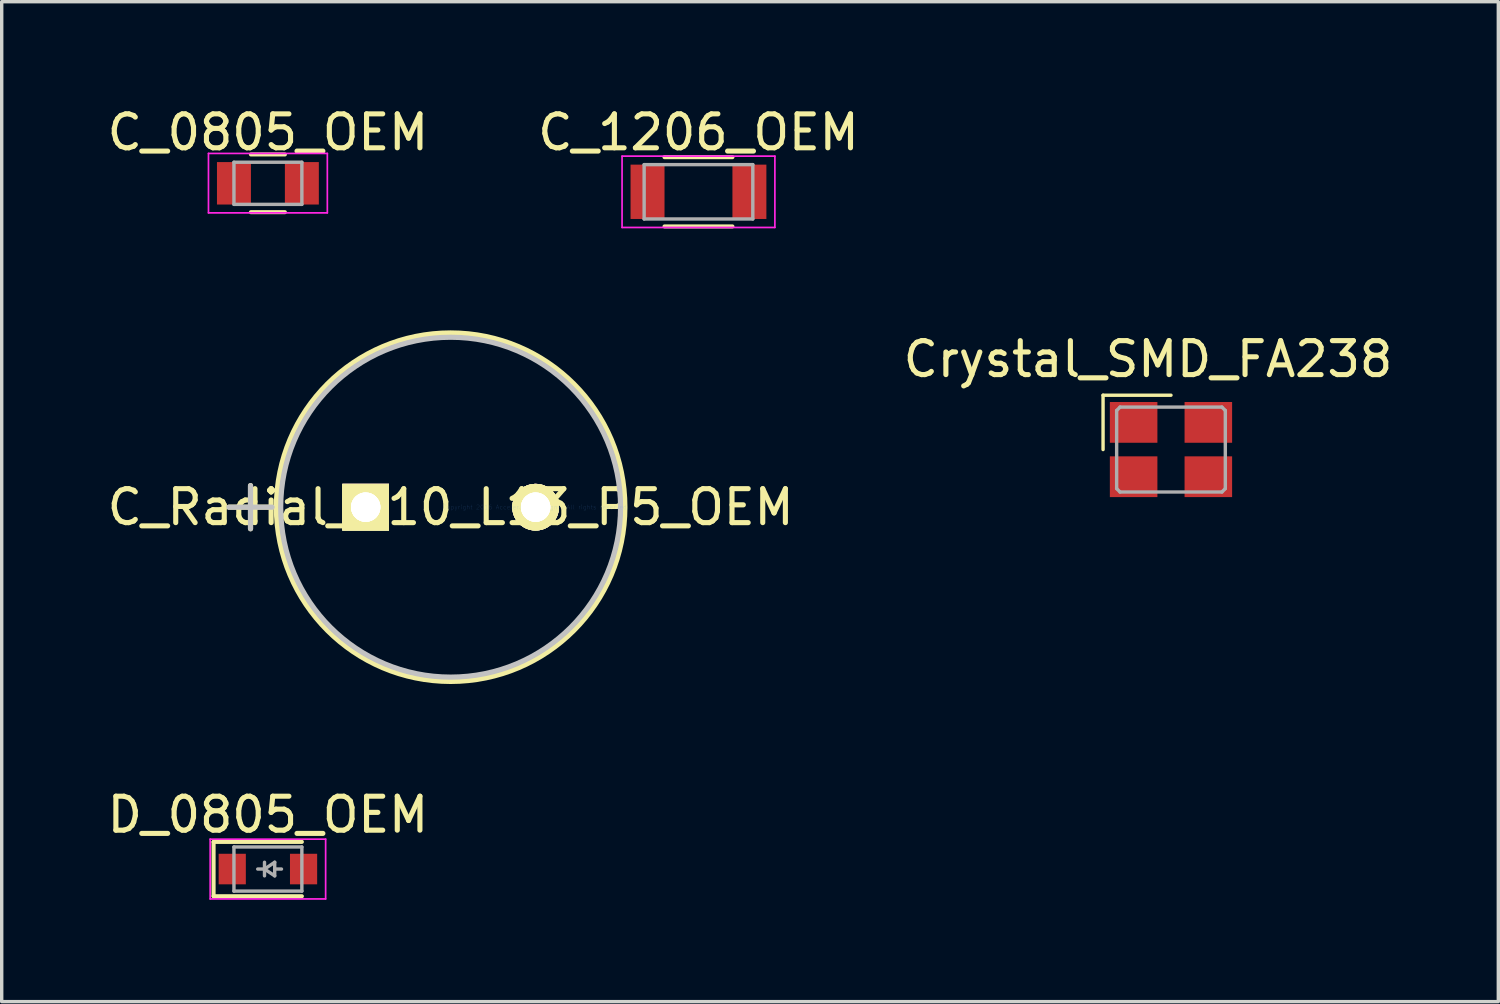
<source format=kicad_pcb>
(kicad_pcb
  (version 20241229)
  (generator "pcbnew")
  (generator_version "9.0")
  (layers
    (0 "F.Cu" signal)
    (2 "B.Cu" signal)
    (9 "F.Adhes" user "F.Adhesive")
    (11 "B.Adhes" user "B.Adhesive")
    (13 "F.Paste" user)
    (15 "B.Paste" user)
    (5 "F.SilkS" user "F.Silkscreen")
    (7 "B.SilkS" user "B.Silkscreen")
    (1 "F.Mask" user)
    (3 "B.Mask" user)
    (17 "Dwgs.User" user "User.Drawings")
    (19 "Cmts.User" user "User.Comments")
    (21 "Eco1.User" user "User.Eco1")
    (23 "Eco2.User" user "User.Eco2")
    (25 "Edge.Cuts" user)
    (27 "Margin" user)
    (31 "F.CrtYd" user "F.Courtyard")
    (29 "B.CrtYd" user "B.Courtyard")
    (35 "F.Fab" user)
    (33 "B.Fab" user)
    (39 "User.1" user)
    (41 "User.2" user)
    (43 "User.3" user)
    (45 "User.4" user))
  (footprint "C_1206_OEM"
    (layer "F.Cu")
    (at 17.518 2.598)
    (property "Reference" "C_1206_OEM" (at 0 -1.75 0) (layer "F.SilkS") (effects (font (size 1 1) (thickness 0.15))))
    (attr smd)
    (fp_line (start -1 1.02) (end 1 1.02) (stroke (width 0.12) (type solid)) (layer "F.SilkS"))
    (fp_line (start 1 -1.02) (end -1 -1.02) (stroke (width 0.12) (type solid)) (layer "F.SilkS"))
    (fp_line (start -2.25 -1.05) (end -2.25 1.05) (stroke (width 0.05) (type solid)) (layer "F.CrtYd"))
    (fp_line (start -2.25 -1.05) (end 2.25 -1.05) (stroke (width 0.05) (type solid)) (layer "F.CrtYd"))
    (fp_line (start 2.25 1.05) (end -2.25 1.05) (stroke (width 0.05) (type solid)) (layer "F.CrtYd"))
    (fp_line (start 2.25 1.05) (end 2.25 -1.05) (stroke (width 0.05) (type solid)) (layer "F.CrtYd"))
    (fp_line (start -1.6 -0.8) (end 1.6 -0.8) (stroke (width 0.1) (type solid)) (layer "F.Fab"))
    (fp_line (start -1.6 0.8) (end -1.6 -0.8) (stroke (width 0.1) (type solid)) (layer "F.Fab"))
    (fp_line (start 1.6 -0.8) (end 1.6 0.8) (stroke (width 0.1) (type solid)) (layer "F.Fab"))
    (fp_line (start 1.6 0.8) (end -1.6 0.8) (stroke (width 0.1) (type solid)) (layer "F.Fab"))
    (pad "1" smd rect (at -1.5 0) (size 1 1.6) (layers "F.Cu" "F.Mask" "F.Paste"))
    (pad "2" smd rect (at 1.5 0) (size 1 1.6) (layers "F.Cu" "F.Mask" "F.Paste")))
  (footprint "C_Radial_D10_L13_P5_OEM"
    (layer "F.Cu")
    (at 12.722 11.885)
    (property "Reference" "C_Radial_D10_L13_P5_OEM" (at -2.502 0 0) (layer "F.SilkS") (effects (font (size 1 1) (thickness 0.15))))
    (attr through_hole)
    (fp_line (start -9.03 0) (end -7.76 0) (stroke (width 0.152) (type solid)) (layer "F.SilkS"))
    (fp_line (start -8.395 -0.635) (end -8.395 0.635) (stroke (width 0.152) (type solid)) (layer "F.SilkS"))
    (fp_circle (center -2.502 0) (end 2.629 0) (stroke (width 0.152) (type solid)) (fill no) (layer "F.SilkS"))
    (fp_line (start -9.03 0) (end -7.76 0) (stroke (width 0.152) (type solid)) (layer "Dwgs.User"))
    (fp_line (start -8.395 -0.635) (end -8.395 0.635) (stroke (width 0.152) (type solid)) (layer "Dwgs.User"))
    (fp_circle (center -2.502 0) (end 2.502 0) (stroke (width 0.152) (type solid)) (fill no) (layer "Dwgs.User"))
    (fp_text user "Copyright 2016 Accelerated Designs. All rights reserved." (at 0 0 0) (layer "Cmts.User") (effects (font (size 0.127 0.127) (thickness 0.002))))
    (pad "" thru_hole rect (at -5.004 0) (size 1.372 1.372) (drill 0.864) (layers "*.Mask" "F.SilkS"))
    (pad "" thru_hole rect (at -5.004 0) (size 1.372 1.372) (drill 0.864) (layers "F.SilkS" "F.Paste"))
    (pad "" thru_hole circle (at 0 0) (size 1.372 1.372) (drill 0.864) (layers "*.Mask" "F.SilkS"))
    (pad "" thru_hole circle (at 0 0) (size 1.372 1.372) (drill 0.864) (layers "F.SilkS" "F.Paste"))
    (pad "1" thru_hole rect (at -5.004 0) (size 1.372 1.372) (drill 0.864) (layers "*.Cu" "F.SilkS"))
    (pad "1" thru_hole rect (at -5.004 0) (size 1.372 1.372) (drill 0.864) (layers "*.Cu" "F.SilkS"))
    (pad "2" thru_hole circle (at 0 0) (size 1.372 1.372) (drill 0.864) (layers "*.Cu" "F.SilkS"))
    (pad "2" thru_hole circle (at 0 0) (size 1.372 1.372) (drill 0.864) (layers "*.Cu" "F.SilkS")))
  (footprint "Crystal_SMD_FA238"
    (layer "F.Cu")
    (at 31.432 10.188)
    (property "Reference" "Crystal_SMD_FA238" (at -0.676 -2.662 0) (layer "F.SilkS") (effects (font (size 1 1) (thickness 0.15))))
    (attr smd)
    (fp_line (start -2 -1.6) (end -2 0) (stroke (width 0.1) (type solid)) (layer "F.SilkS"))
    (fp_line (start -2 -1.6) (end 0 -1.6) (stroke (width 0.1) (type solid)) (layer "F.SilkS"))
    (fp_line (start -1.6 -1.15) (end -1.5 -1.25) (stroke (width 0.1) (type solid)) (layer "F.Fab"))
    (fp_line (start -1.6 1.15) (end -1.6 -1.15) (stroke (width 0.1) (type solid)) (layer "F.Fab"))
    (fp_line (start -1.5 -1.25) (end 1.5 -1.25) (stroke (width 0.1) (type solid)) (layer "F.Fab"))
    (fp_line (start -1.5 1.25) (end -1.6 1.15) (stroke (width 0.1) (type solid)) (layer "F.Fab"))
    (fp_line (start 1.5 -1.25) (end 1.6 -1.15) (stroke (width 0.1) (type solid)) (layer "F.Fab"))
    (fp_line (start 1.5 1.25) (end -1.5 1.25) (stroke (width 0.1) (type solid)) (layer "F.Fab"))
    (fp_line (start 1.6 -1.15) (end 1.6 1.15) (stroke (width 0.1) (type solid)) (layer "F.Fab"))
    (fp_line (start 1.6 1.15) (end 1.5 1.25) (stroke (width 0.1) (type solid)) (layer "F.Fab"))
    (pad "1" smd rect (at -1.1 0.8) (size 1.4 1.2) (layers "F.Cu" "F.Mask"))
    (pad "2" smd rect (at 1.1 0.8) (size 1.4 1.2) (layers "F.Cu" "F.Mask"))
    (pad "3" smd rect (at 1.1 -0.8) (size 1.4 1.2) (layers "F.Cu" "F.Mask"))
    (pad "4" smd rect (at -1.1 -0.8) (size 1.4 1.2) (layers "F.Cu" "F.Mask")))
  (footprint "C_0805_OEM"
    (layer "F.Cu")
    (at 4.839 2.348)
    (property "Reference" "C_0805_OEM" (at 0 -1.5 0) (layer "F.SilkS") (effects (font (size 1 1) (thickness 0.15))))
    (attr smd)
    (fp_line (start -0.5 0.85) (end 0.5 0.85) (stroke (width 0.12) (type solid)) (layer "F.SilkS"))
    (fp_line (start 0.5 -0.85) (end -0.5 -0.85) (stroke (width 0.12) (type solid)) (layer "F.SilkS"))
    (fp_line (start -1.75 -0.88) (end -1.75 0.87) (stroke (width 0.05) (type solid)) (layer "F.CrtYd"))
    (fp_line (start -1.75 -0.88) (end 1.75 -0.88) (stroke (width 0.05) (type solid)) (layer "F.CrtYd"))
    (fp_line (start 1.75 0.87) (end -1.75 0.87) (stroke (width 0.05) (type solid)) (layer "F.CrtYd"))
    (fp_line (start 1.75 0.87) (end 1.75 -0.88) (stroke (width 0.05) (type solid)) (layer "F.CrtYd"))
    (fp_line (start -1 -0.62) (end 1 -0.62) (stroke (width 0.1) (type solid)) (layer "F.Fab"))
    (fp_line (start -1 0.62) (end -1 -0.62) (stroke (width 0.1) (type solid)) (layer "F.Fab"))
    (fp_line (start 1 -0.62) (end 1 0.62) (stroke (width 0.1) (type solid)) (layer "F.Fab"))
    (fp_line (start 1 0.62) (end -1 0.62) (stroke (width 0.1) (type solid)) (layer "F.Fab"))
    (pad "1" smd rect (at -1 0) (size 1 1.25) (layers "F.Cu" "F.Mask" "F.Paste"))
    (pad "2" smd rect (at 1 0) (size 1 1.25) (layers "F.Cu" "F.Mask" "F.Paste")))
  (footprint "D_0805_OEM"
    (layer "F.Cu")
    (at 4.839 22.541)
    (property "Reference" "D_0805_OEM" (at 0 -1.6 0) (layer "F.SilkS") (effects (font (size 1 1) (thickness 0.15))))
    (attr smd)
    (fp_line (start -1.6 -0.8) (end -1.6 0.8) (stroke (width 0.12) (type solid)) (layer "F.SilkS"))
    (fp_line (start -1.6 -0.8) (end 1 -0.8) (stroke (width 0.12) (type solid)) (layer "F.SilkS"))
    (fp_line (start -1.6 0.8) (end 1 0.8) (stroke (width 0.12) (type solid)) (layer "F.SilkS"))
    (fp_line (start -1.7 -0.88) (end 1.7 -0.88) (stroke (width 0.05) (type solid)) (layer "F.CrtYd"))
    (fp_line (start -1.7 0.88) (end -1.7 -0.88) (stroke (width 0.05) (type solid)) (layer "F.CrtYd"))
    (fp_line (start 1.7 -0.88) (end 1.7 0.88) (stroke (width 0.05) (type solid)) (layer "F.CrtYd"))
    (fp_line (start 1.7 0.88) (end -1.7 0.88) (stroke (width 0.05) (type solid)) (layer "F.CrtYd"))
    (fp_line (start -1 -0.65) (end 1 -0.65) (stroke (width 0.1) (type solid)) (layer "F.Fab"))
    (fp_line (start -1 0.65) (end -1 -0.65) (stroke (width 0.1) (type solid)) (layer "F.Fab"))
    (fp_line (start -0.1 -0.2) (end -0.1 0.2) (stroke (width 0.1) (type solid)) (layer "F.Fab"))
    (fp_line (start -0.1 0) (end -0.3 0) (stroke (width 0.1) (type solid)) (layer "F.Fab"))
    (fp_line (start -0.1 0) (end 0.2 0.2) (stroke (width 0.1) (type solid)) (layer "F.Fab"))
    (fp_line (start 0.2 -0.2) (end -0.1 0) (stroke (width 0.1) (type solid)) (layer "F.Fab"))
    (fp_line (start 0.2 0) (end 0.4 0) (stroke (width 0.1) (type solid)) (layer "F.Fab"))
    (fp_line (start 0.2 0.2) (end 0.2 -0.2) (stroke (width 0.1) (type solid)) (layer "F.Fab"))
    (fp_line (start 1 -0.65) (end 1 0.65) (stroke (width 0.1) (type solid)) (layer "F.Fab"))
    (fp_line (start 1 0.65) (end -1 0.65) (stroke (width 0.1) (type solid)) (layer "F.Fab"))
    (pad "1" smd rect (at -1.05 0) (size 0.8 0.9) (layers "F.Cu" "F.Mask" "F.Paste"))
    (pad "2" smd rect (at 1.05 0) (size 0.8 0.9) (layers "F.Cu" "F.Mask" "F.Paste")))
  (gr_rect
    (start -3 -3)
    (end 41.071 26.445)
    (stroke (width 0.1) (type default))
    (fill no)
    (layer "Edge.Cuts")))
</source>
